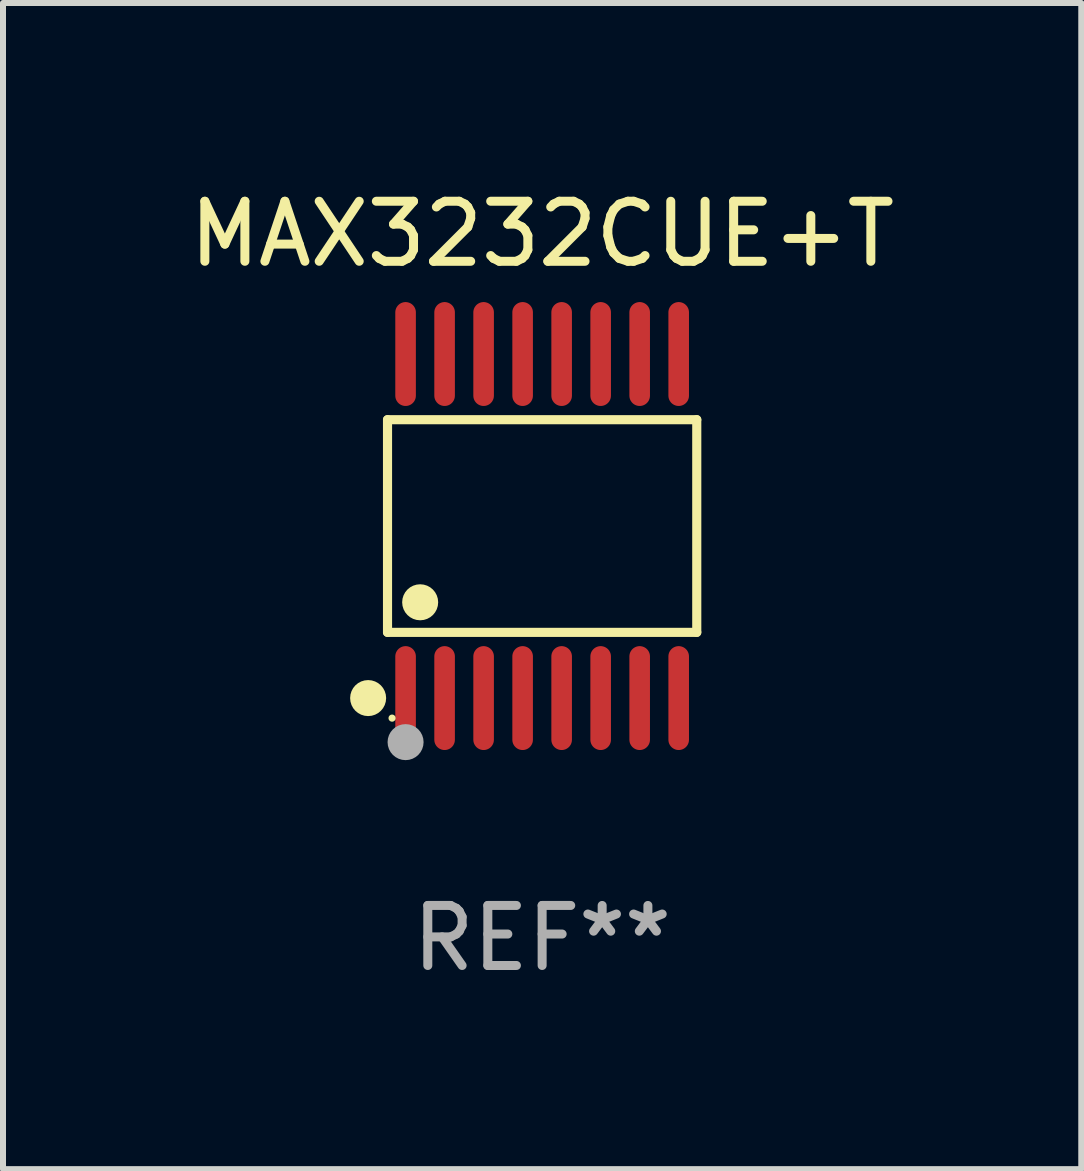
<source format=kicad_pcb>
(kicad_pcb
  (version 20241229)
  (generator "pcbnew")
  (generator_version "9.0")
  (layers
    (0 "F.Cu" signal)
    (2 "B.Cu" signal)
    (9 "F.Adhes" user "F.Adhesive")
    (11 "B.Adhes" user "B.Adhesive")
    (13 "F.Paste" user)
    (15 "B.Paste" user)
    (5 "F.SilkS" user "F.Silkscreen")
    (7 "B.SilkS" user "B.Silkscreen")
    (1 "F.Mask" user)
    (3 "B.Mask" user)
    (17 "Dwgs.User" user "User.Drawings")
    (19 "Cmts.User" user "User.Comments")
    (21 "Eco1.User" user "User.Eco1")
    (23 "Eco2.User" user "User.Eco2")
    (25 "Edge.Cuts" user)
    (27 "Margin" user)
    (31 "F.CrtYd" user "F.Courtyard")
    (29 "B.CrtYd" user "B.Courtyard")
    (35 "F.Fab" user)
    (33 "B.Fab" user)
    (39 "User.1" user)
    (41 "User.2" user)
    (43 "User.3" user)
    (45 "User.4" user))
  (footprint "MAX3232CUE+T"
    (layer "F.Cu")
    (at 5.982 5.714)
    (property "Reference" "MAX3232CUE+T" (at 0 -4.866 0) (layer "F.SilkS") (effects (font (size 1 1) (thickness 0.15))))
    (attr through_hole)
    (fp_line (start -2.576 -1.772) (end 2.576 -1.772) (stroke (width 0.152) (type solid)) (layer "F.SilkS"))
    (fp_line (start -2.576 1.771) (end -2.576 -1.772) (stroke (width 0.152) (type solid)) (layer "F.SilkS"))
    (fp_line (start 2.576 -1.772) (end 2.576 1.771) (stroke (width 0.152) (type solid)) (layer "F.SilkS"))
    (fp_line (start 2.576 1.771) (end -2.576 1.771) (stroke (width 0.152) (type solid)) (layer "F.SilkS"))
    (fp_circle (center -2.899 2.866) (end -2.749 2.866) (stroke (width 0.3) (type solid)) (fill no) (layer "F.SilkS"))
    (fp_circle (center -2.5 3.2) (end -2.47 3.2) (stroke (width 0.06) (type solid)) (fill no) (layer "F.SilkS"))
    (fp_circle (center -2.032 1.27) (end -1.882 1.27) (stroke (width 0.3) (type solid)) (fill no) (layer "F.SilkS"))
    (fp_circle (center -2.275 3.6) (end -2.125 3.6) (stroke (width 0.3) (type solid)) (fill no) (layer "F.Fab"))
    (fp_text user "REF**" (at 0 6.866 0) (layer "F.Fab") (effects (font (size 1 1) (thickness 0.15))))
    (pad "1" smd oval (at -2.275 2.866) (size 0.343 1.731) (layers "F.Cu" "F.Mask" "F.Paste"))
    (pad "2" smd oval (at -1.625 2.866) (size 0.343 1.731) (layers "F.Cu" "F.Mask" "F.Paste"))
    (pad "3" smd oval (at -0.975 2.866) (size 0.343 1.731) (layers "F.Cu" "F.Mask" "F.Paste"))
    (pad "4" smd oval (at -0.325 2.866) (size 0.343 1.731) (layers "F.Cu" "F.Mask" "F.Paste"))
    (pad "5" smd oval (at 0.325 2.866) (size 0.343 1.731) (layers "F.Cu" "F.Mask" "F.Paste"))
    (pad "6" smd oval (at 0.975 2.866) (size 0.343 1.731) (layers "F.Cu" "F.Mask" "F.Paste"))
    (pad "7" smd oval (at 1.625 2.866) (size 0.343 1.731) (layers "F.Cu" "F.Mask" "F.Paste"))
    (pad "8" smd oval (at 2.275 2.866) (size 0.343 1.731) (layers "F.Cu" "F.Mask" "F.Paste"))
    (pad "9" smd oval (at 2.275 -2.866) (size 0.343 1.731) (layers "F.Cu" "F.Mask" "F.Paste"))
    (pad "10" smd oval (at 1.625 -2.866) (size 0.343 1.731) (layers "F.Cu" "F.Mask" "F.Paste"))
    (pad "11" smd oval (at 0.975 -2.866) (size 0.343 1.731) (layers "F.Cu" "F.Mask" "F.Paste"))
    (pad "12" smd oval (at 0.325 -2.866) (size 0.343 1.731) (layers "F.Cu" "F.Mask" "F.Paste"))
    (pad "13" smd oval (at -0.325 -2.866) (size 0.343 1.731) (layers "F.Cu" "F.Mask" "F.Paste"))
    (pad "14" smd oval (at -0.975 -2.866) (size 0.343 1.731) (layers "F.Cu" "F.Mask" "F.Paste"))
    (pad "15" smd oval (at -1.625 -2.866) (size 0.343 1.731) (layers "F.Cu" "F.Mask" "F.Paste"))
    (pad "16" smd oval (at -2.275 -2.866) (size 0.343 1.731) (layers "F.Cu" "F.Mask" "F.Paste")))
  (gr_rect
    (start -3 -3)
    (end 14.964 16.428)
    (stroke (width 0.1) (type default))
    (fill no)
    (layer "Edge.Cuts")))
</source>
